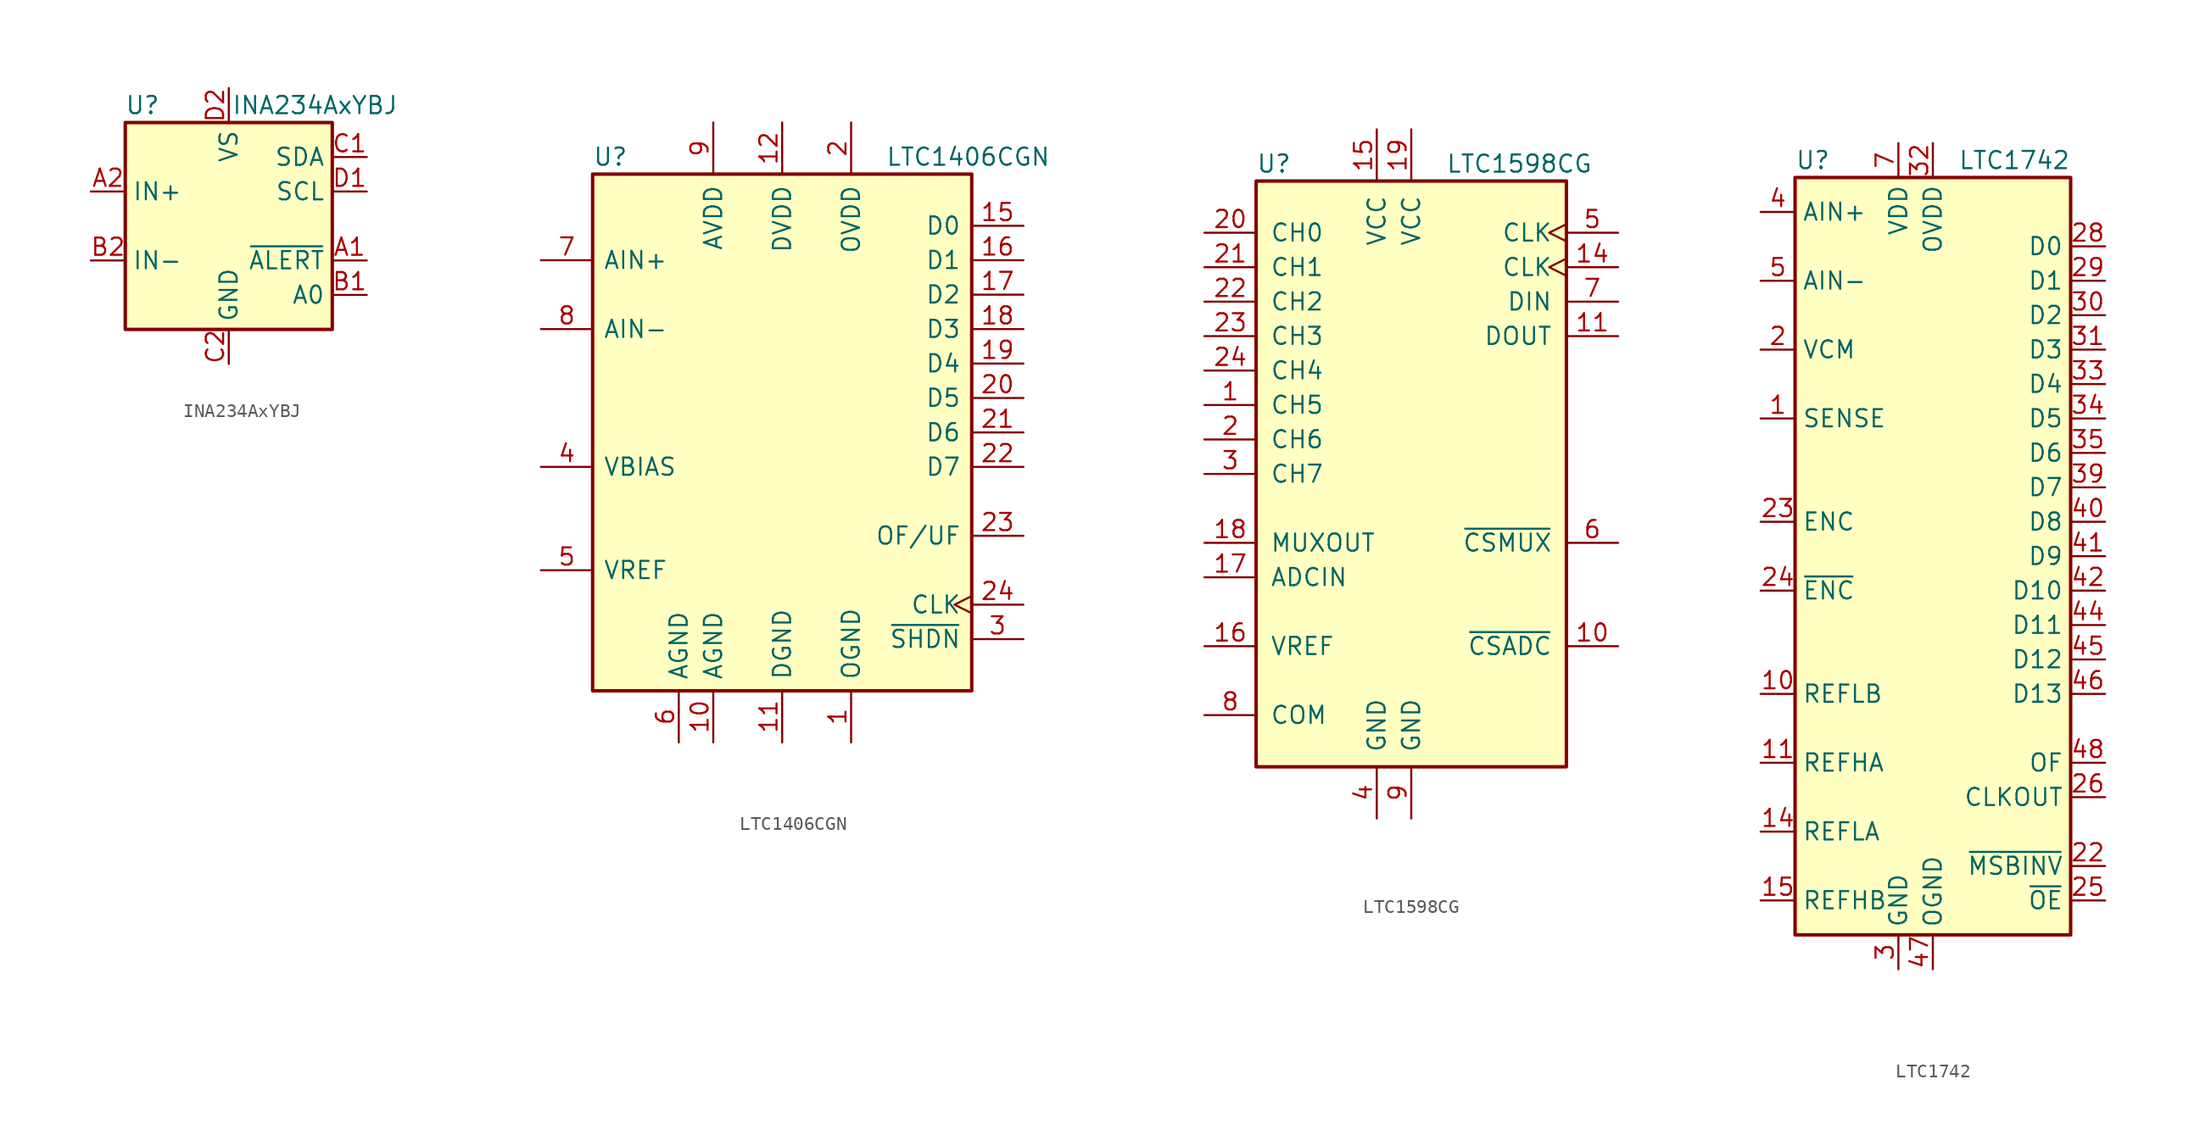
<source format=kicad_sym>
(kicad_symbol_lib
  (version 20241209)
  (generator "kicad_symbol_editor")
  (generator_version "9.0")
  (symbol "INA234AxYBJ"
    (property "Reference" "U"
      (at -6.35 8.89 0)
      (effects (font (size 1.27 1.27))))
    (property "Value" "INA234AxYBJ"
      (at 6.35 8.89 0)
      (effects (font (size 1.27 1.27))))
    (symbol "INA234AxYBJ_0_1"
      (rectangle (start -7.62 7.62) (end 7.62 -7.62) (stroke (width 0.254) (type default)) (fill (type background))))
    (symbol "INA234AxYBJ_1_1"
      (pin input line (at -10.16 2.54 0) (length 2.54) (name "IN+" (effects (font (size 1.27 1.27)))) (number "A2" (effects (font (size 1.27 1.27)))))
      (pin input line (at -10.16 -2.54 0) (length 2.54) (name "IN-" (effects (font (size 1.27 1.27)))) (number "B2" (effects (font (size 1.27 1.27)))))
      (pin power_in line (at 0 10.16 270) (length 2.54) (name "VS" (effects (font (size 1.27 1.27)))) (number "D2" (effects (font (size 1.27 1.27)))))
      (pin power_in line (at 0 -10.16 90) (length 2.54) (name "GND" (effects (font (size 1.27 1.27)))) (number "C2" (effects (font (size 1.27 1.27)))))
      (pin bidirectional line (at 10.16 5.08 180) (length 2.54) (name "SDA" (effects (font (size 1.27 1.27)))) (number "C1" (effects (font (size 1.27 1.27)))))
      (pin input line (at 10.16 2.54 180) (length 2.54) (name "SCL" (effects (font (size 1.27 1.27)))) (number "D1" (effects (font (size 1.27 1.27)))))
      (pin open_collector line (at 10.16 -2.54 180) (length 2.54) (name "~{ALERT}" (effects (font (size 1.27 1.27)))) (number "A1" (effects (font (size 1.27 1.27)))) (alternate "ALERT" open_collector line))
      (pin input line (at 10.16 -5.08 180) (length 2.54) (name "A0" (effects (font (size 1.27 1.27)))) (number "B1" (effects (font (size 1.27 1.27)))))))
  (symbol "LTC1406CGN"
    (pin_names
      (offset 0.762))
    (property "Reference" "U"
      (at -13.97 20.32 0)
      (effects (font (size 1.27 1.27)) (justify left)))
    (property "Value" "LTC1406CGN"
      (at 7.62 20.32 0)
      (effects (font (size 1.27 1.27)) (justify left)))
    (symbol "LTC1406CGN_0_1"
      (rectangle (start -13.97 -19.05) (end 13.97 19.05) (stroke (width 0.254) (type default)) (fill (type background))))
    (symbol "LTC1406CGN_1_1"
      (pin input line (at -17.78 12.7 0) (length 3.81) (name "AIN+" (effects (font (size 1.27 1.27)))) (number "7" (effects (font (size 1.27 1.27)))))
      (pin input line (at -17.78 7.62 0) (length 3.81) (name "AIN-" (effects (font (size 1.27 1.27)))) (number "8" (effects (font (size 1.27 1.27)))))
      (pin input line (at -17.78 -2.54 0) (length 3.81) (name "VBIAS" (effects (font (size 1.27 1.27)))) (number "4" (effects (font (size 1.27 1.27)))))
      (pin input line (at -17.78 -10.16 0) (length 3.81) (name "VREF" (effects (font (size 1.27 1.27)))) (number "5" (effects (font (size 1.27 1.27)))))
      (pin power_in line (at -7.62 -22.86 90) (length 3.81) (name "AGND" (effects (font (size 1.27 1.27)))) (number "6" (effects (font (size 1.27 1.27)))))
      (pin power_in line (at -5.08 22.86 270) (length 3.81) (name "AVDD" (effects (font (size 1.27 1.27)))) (number "9" (effects (font (size 1.27 1.27)))))
      (pin power_in line (at -5.08 -22.86 90) (length 3.81) (name "AGND" (effects (font (size 1.27 1.27)))) (number "10" (effects (font (size 1.27 1.27)))))
      (pin power_in line (at 0 22.86 270) (length 3.81) (name "DVDD" (effects (font (size 1.27 1.27)))) (number "12" (effects (font (size 1.27 1.27)))))
      (pin power_in line (at 0 -22.86 90) (length 3.81) (name "DGND" (effects (font (size 1.27 1.27)))) (number "11" (effects (font (size 1.27 1.27)))))
      (pin power_in line (at 5.08 22.86 270) (length 3.81) (name "OVDD" (effects (font (size 1.27 1.27)))) (number "2" (effects (font (size 1.27 1.27)))))
      (pin power_in line (at 5.08 -22.86 90) (length 3.81) (name "OGND" (effects (font (size 1.27 1.27)))) (number "1" (effects (font (size 1.27 1.27)))))
      (pin no_connect line (at 7.62 -19.05 90) (length 3.81) (hide yes) (name "NC" (effects (font (size 1.27 1.27)))) (number "13" (effects (font (size 1.27 1.27)))))
      (pin no_connect line (at 10.16 -19.05 90) (length 3.81) (hide yes) (name "NC" (effects (font (size 1.27 1.27)))) (number "14" (effects (font (size 1.27 1.27)))))
      (pin output line (at 17.78 15.24 180) (length 3.81) (name "D0" (effects (font (size 1.27 1.27)))) (number "15" (effects (font (size 1.27 1.27)))))
      (pin output line (at 17.78 12.7 180) (length 3.81) (name "D1" (effects (font (size 1.27 1.27)))) (number "16" (effects (font (size 1.27 1.27)))))
      (pin output line (at 17.78 10.16 180) (length 3.81) (name "D2" (effects (font (size 1.27 1.27)))) (number "17" (effects (font (size 1.27 1.27)))))
      (pin output line (at 17.78 7.62 180) (length 3.81) (name "D3" (effects (font (size 1.27 1.27)))) (number "18" (effects (font (size 1.27 1.27)))))
      (pin output line (at 17.78 5.08 180) (length 3.81) (name "D4" (effects (font (size 1.27 1.27)))) (number "19" (effects (font (size 1.27 1.27)))))
      (pin output line (at 17.78 2.54 180) (length 3.81) (name "D5" (effects (font (size 1.27 1.27)))) (number "20" (effects (font (size 1.27 1.27)))))
      (pin output line (at 17.78 0 180) (length 3.81) (name "D6" (effects (font (size 1.27 1.27)))) (number "21" (effects (font (size 1.27 1.27)))))
      (pin output line (at 17.78 -2.54 180) (length 3.81) (name "D7" (effects (font (size 1.27 1.27)))) (number "22" (effects (font (size 1.27 1.27)))))
      (pin output line (at 17.78 -7.62 180) (length 3.81) (name "OF/UF" (effects (font (size 1.27 1.27)))) (number "23" (effects (font (size 1.27 1.27)))))
      (pin input clock (at 17.78 -12.7 180) (length 3.81) (name "CLK" (effects (font (size 1.27 1.27)))) (number "24" (effects (font (size 1.27 1.27)))))
      (pin input line (at 17.78 -15.24 180) (length 3.81) (name "~{SHDN}" (effects (font (size 1.27 1.27)))) (number "3" (effects (font (size 1.27 1.27)))))))
  (symbol "LTC1598CG"
    (pin_names
      (offset 1.016))
    (property "Reference" "U"
      (at -11.43 22.86 0)
      (effects (font (size 1.27 1.27)) (justify left)))
    (property "Value" "LTC1598CG"
      (at 2.54 22.86 0)
      (effects (font (size 1.27 1.27)) (justify left)))
    (symbol "LTC1598CG_0_1"
      (rectangle (start -11.43 21.59) (end 11.43 -21.59) (stroke (width 0.254) (type default)) (fill (type background))))
    (symbol "LTC1598CG_1_1"
      (pin input line (at -15.24 17.78 0) (length 3.81) (name "CH0" (effects (font (size 1.27 1.27)))) (number "20" (effects (font (size 1.27 1.27)))))
      (pin input line (at -15.24 15.24 0) (length 3.81) (name "CH1" (effects (font (size 1.27 1.27)))) (number "21" (effects (font (size 1.27 1.27)))))
      (pin input line (at -15.24 12.7 0) (length 3.81) (name "CH2" (effects (font (size 1.27 1.27)))) (number "22" (effects (font (size 1.27 1.27)))))
      (pin input line (at -15.24 10.16 0) (length 3.81) (name "CH3" (effects (font (size 1.27 1.27)))) (number "23" (effects (font (size 1.27 1.27)))))
      (pin input line (at -15.24 7.62 0) (length 3.81) (name "CH4" (effects (font (size 1.27 1.27)))) (number "24" (effects (font (size 1.27 1.27)))))
      (pin input line (at -15.24 5.08 0) (length 3.81) (name "CH5" (effects (font (size 1.27 1.27)))) (number "1" (effects (font (size 1.27 1.27)))))
      (pin input line (at -15.24 2.54 0) (length 3.81) (name "CH6" (effects (font (size 1.27 1.27)))) (number "2" (effects (font (size 1.27 1.27)))))
      (pin input line (at -15.24 0 0) (length 3.81) (name "CH7" (effects (font (size 1.27 1.27)))) (number "3" (effects (font (size 1.27 1.27)))))
      (pin output line (at -15.24 -5.08 0) (length 3.81) (name "MUXOUT" (effects (font (size 1.27 1.27)))) (number "18" (effects (font (size 1.27 1.27)))))
      (pin input line (at -15.24 -7.62 0) (length 3.81) (name "ADCIN" (effects (font (size 1.27 1.27)))) (number "17" (effects (font (size 1.27 1.27)))))
      (pin input line (at -15.24 -12.7 0) (length 3.81) (name "VREF" (effects (font (size 1.27 1.27)))) (number "16" (effects (font (size 1.27 1.27)))))
      (pin input line (at -15.24 -17.78 0) (length 3.81) (name "COM" (effects (font (size 1.27 1.27)))) (number "8" (effects (font (size 1.27 1.27)))))
      (pin power_in line (at -2.54 25.4 270) (length 3.81) (name "VCC" (effects (font (size 1.27 1.27)))) (number "15" (effects (font (size 1.27 1.27)))))
      (pin power_in line (at -2.54 -25.4 90) (length 3.81) (name "GND" (effects (font (size 1.27 1.27)))) (number "4" (effects (font (size 1.27 1.27)))))
      (pin power_in line (at 0 25.4 270) (length 3.81) (name "VCC" (effects (font (size 1.27 1.27)))) (number "19" (effects (font (size 1.27 1.27)))))
      (pin power_in line (at 0 -25.4 90) (length 3.81) (name "GND" (effects (font (size 1.27 1.27)))) (number "9" (effects (font (size 1.27 1.27)))))
      (pin no_connect line (at 2.54 -21.59 90) (length 3.81) (hide yes) (name "NC" (effects (font (size 1.27 1.27)))) (number "12" (effects (font (size 1.27 1.27)))))
      (pin no_connect line (at 5.08 -21.59 90) (length 3.81) (hide yes) (name "NC" (effects (font (size 1.27 1.27)))) (number "13" (effects (font (size 1.27 1.27)))))
      (pin input clock (at 15.24 17.78 180) (length 3.81) (name "CLK" (effects (font (size 1.27 1.27)))) (number "5" (effects (font (size 1.27 1.27)))))
      (pin input clock (at 15.24 15.24 180) (length 3.81) (name "CLK" (effects (font (size 1.27 1.27)))) (number "14" (effects (font (size 1.27 1.27)))))
      (pin input line (at 15.24 12.7 180) (length 3.81) (name "DIN" (effects (font (size 1.27 1.27)))) (number "7" (effects (font (size 1.27 1.27)))))
      (pin output line (at 15.24 10.16 180) (length 3.81) (name "DOUT" (effects (font (size 1.27 1.27)))) (number "11" (effects (font (size 1.27 1.27)))))
      (pin input line (at 15.24 -5.08 180) (length 3.81) (name "~{CSMUX}" (effects (font (size 1.27 1.27)))) (number "6" (effects (font (size 1.27 1.27)))))
      (pin input line (at 15.24 -12.7 180) (length 3.81) (name "~{CSADC}" (effects (font (size 1.27 1.27)))) (number "10" (effects (font (size 1.27 1.27)))))))
  (symbol "LTC1742"
    (property "Reference" "U"
      (at -10.16 29.21 0)
      (effects (font (size 1.27 1.27)) (justify left)))
    (property "Value" "LTC1742"
      (at 10.16 29.21 0)
      (effects (font (size 1.27 1.27)) (justify right)))
    (symbol "LTC1742_0_1"
      (rectangle (start -10.16 27.94) (end 10.16 -27.94) (stroke (width 0.254) (type default)) (fill (type background))))
    (symbol "LTC1742_1_1"
      (pin input line (at -12.7 25.4 0) (length 2.54) (name "AIN+" (effects (font (size 1.27 1.27)))) (number "4" (effects (font (size 1.27 1.27)))))
      (pin input line (at -12.7 20.32 0) (length 2.54) (name "AIN-" (effects (font (size 1.27 1.27)))) (number "5" (effects (font (size 1.27 1.27)))))
      (pin output line (at -12.7 15.24 0) (length 2.54) (name "VCM" (effects (font (size 1.27 1.27)))) (number "2" (effects (font (size 1.27 1.27)))))
      (pin input line (at -12.7 10.16 0) (length 2.54) (name "SENSE" (effects (font (size 1.27 1.27)))) (number "1" (effects (font (size 1.27 1.27)))))
      (pin input line (at -12.7 2.54 0) (length 2.54) (name "ENC" (effects (font (size 1.27 1.27)))) (number "23" (effects (font (size 1.27 1.27)))))
      (pin input line (at -12.7 -2.54 0) (length 2.54) (name "~{ENC}" (effects (font (size 1.27 1.27)))) (number "24" (effects (font (size 1.27 1.27)))))
      (pin passive line (at -12.7 -10.16 0) (length 2.54) (name "REFLB" (effects (font (size 1.27 1.27)))) (number "10" (effects (font (size 1.27 1.27)))))
      (pin passive line (at -12.7 -15.24 0) (length 2.54) (name "REFHA" (effects (font (size 1.27 1.27)))) (number "11" (effects (font (size 1.27 1.27)))))
      (pin passive line (at -12.7 -20.32 0) (length 2.54) (name "REFLA" (effects (font (size 1.27 1.27)))) (number "14" (effects (font (size 1.27 1.27)))))
      (pin passive line (at -12.7 -25.4 0) (length 2.54) (name "REFHB" (effects (font (size 1.27 1.27)))) (number "15" (effects (font (size 1.27 1.27)))))
      (pin passive line (at -2.54 30.48 270) (length 2.54) (hide yes) (name "VDD" (effects (font (size 1.27 1.27)))) (number "17" (effects (font (size 1.27 1.27)))))
      (pin passive line (at -2.54 30.48 270) (length 2.54) (hide yes) (name "VDD" (effects (font (size 1.27 1.27)))) (number "18" (effects (font (size 1.27 1.27)))))
      (pin passive line (at -2.54 30.48 270) (length 2.54) (hide yes) (name "VDD" (effects (font (size 1.27 1.27)))) (number "20" (effects (font (size 1.27 1.27)))))
      (pin power_in line (at -2.54 30.48 270) (length 2.54) (name "VDD" (effects (font (size 1.27 1.27)))) (number "7" (effects (font (size 1.27 1.27)))))
      (pin passive line (at -2.54 30.48 270) (length 2.54) (hide yes) (name "VDD" (effects (font (size 1.27 1.27)))) (number "8" (effects (font (size 1.27 1.27)))))
      (pin passive line (at -2.54 -30.48 90) (length 2.54) (hide yes) (name "GND" (effects (font (size 1.27 1.27)))) (number "12" (effects (font (size 1.27 1.27)))))
      (pin passive line (at -2.54 -30.48 90) (length 2.54) (hide yes) (name "GND" (effects (font (size 1.27 1.27)))) (number "13" (effects (font (size 1.27 1.27)))))
      (pin passive line (at -2.54 -30.48 90) (length 2.54) (hide yes) (name "GND" (effects (font (size 1.27 1.27)))) (number "16" (effects (font (size 1.27 1.27)))))
      (pin passive line (at -2.54 -30.48 90) (length 2.54) (hide yes) (name "GND" (effects (font (size 1.27 1.27)))) (number "19" (effects (font (size 1.27 1.27)))))
      (pin passive line (at -2.54 -30.48 90) (length 2.54) (hide yes) (name "GND" (effects (font (size 1.27 1.27)))) (number "21" (effects (font (size 1.27 1.27)))))
      (pin power_in line (at -2.54 -30.48 90) (length 2.54) (name "GND" (effects (font (size 1.27 1.27)))) (number "3" (effects (font (size 1.27 1.27)))))
      (pin passive line (at -2.54 -30.48 90) (length 2.54) (hide yes) (name "GND" (effects (font (size 1.27 1.27)))) (number "36" (effects (font (size 1.27 1.27)))))
      (pin passive line (at -2.54 -30.48 90) (length 2.54) (hide yes) (name "GND" (effects (font (size 1.27 1.27)))) (number "37" (effects (font (size 1.27 1.27)))))
      (pin passive line (at -2.54 -30.48 90) (length 2.54) (hide yes) (name "GND" (effects (font (size 1.27 1.27)))) (number "6" (effects (font (size 1.27 1.27)))))
      (pin passive line (at -2.54 -30.48 90) (length 2.54) (hide yes) (name "GND" (effects (font (size 1.27 1.27)))) (number "9" (effects (font (size 1.27 1.27)))))
      (pin power_in line (at 0 30.48 270) (length 2.54) (name "OVDD" (effects (font (size 1.27 1.27)))) (number "32" (effects (font (size 1.27 1.27)))))
      (pin passive line (at 0 30.48 270) (length 2.54) (hide yes) (name "OVDD" (effects (font (size 1.27 1.27)))) (number "43" (effects (font (size 1.27 1.27)))))
      (pin passive line (at 0 -30.48 90) (length 2.54) (hide yes) (name "OGND" (effects (font (size 1.27 1.27)))) (number "27" (effects (font (size 1.27 1.27)))))
      (pin passive line (at 0 -30.48 90) (length 2.54) (hide yes) (name "OGND" (effects (font (size 1.27 1.27)))) (number "38" (effects (font (size 1.27 1.27)))))
      (pin power_in line (at 0 -30.48 90) (length 2.54) (name "OGND" (effects (font (size 1.27 1.27)))) (number "47" (effects (font (size 1.27 1.27)))))
      (pin output line (at 12.7 22.86 180) (length 2.54) (name "D0" (effects (font (size 1.27 1.27)))) (number "28" (effects (font (size 1.27 1.27)))))
      (pin output line (at 12.7 20.32 180) (length 2.54) (name "D1" (effects (font (size 1.27 1.27)))) (number "29" (effects (font (size 1.27 1.27)))))
      (pin output line (at 12.7 17.78 180) (length 2.54) (name "D2" (effects (font (size 1.27 1.27)))) (number "30" (effects (font (size 1.27 1.27)))))
      (pin output line (at 12.7 15.24 180) (length 2.54) (name "D3" (effects (font (size 1.27 1.27)))) (number "31" (effects (font (size 1.27 1.27)))))
      (pin output line (at 12.7 12.7 180) (length 2.54) (name "D4" (effects (font (size 1.27 1.27)))) (number "33" (effects (font (size 1.27 1.27)))))
      (pin output line (at 12.7 10.16 180) (length 2.54) (name "D5" (effects (font (size 1.27 1.27)))) (number "34" (effects (font (size 1.27 1.27)))))
      (pin output line (at 12.7 7.62 180) (length 2.54) (name "D6" (effects (font (size 1.27 1.27)))) (number "35" (effects (font (size 1.27 1.27)))))
      (pin output line (at 12.7 5.08 180) (length 2.54) (name "D7" (effects (font (size 1.27 1.27)))) (number "39" (effects (font (size 1.27 1.27)))))
      (pin output line (at 12.7 2.54 180) (length 2.54) (name "D8" (effects (font (size 1.27 1.27)))) (number "40" (effects (font (size 1.27 1.27)))))
      (pin output line (at 12.7 0 180) (length 2.54) (name "D9" (effects (font (size 1.27 1.27)))) (number "41" (effects (font (size 1.27 1.27)))))
      (pin output line (at 12.7 -2.54 180) (length 2.54) (name "D10" (effects (font (size 1.27 1.27)))) (number "42" (effects (font (size 1.27 1.27)))))
      (pin output line (at 12.7 -5.08 180) (length 2.54) (name "D11" (effects (font (size 1.27 1.27)))) (number "44" (effects (font (size 1.27 1.27)))))
      (pin output line (at 12.7 -7.62 180) (length 2.54) (name "D12" (effects (font (size 1.27 1.27)))) (number "45" (effects (font (size 1.27 1.27)))))
      (pin output line (at 12.7 -10.16 180) (length 2.54) (name "D13" (effects (font (size 1.27 1.27)))) (number "46" (effects (font (size 1.27 1.27)))))
      (pin output line (at 12.7 -15.24 180) (length 2.54) (name "OF" (effects (font (size 1.27 1.27)))) (number "48" (effects (font (size 1.27 1.27)))))
      (pin output line (at 12.7 -17.78 180) (length 2.54) (name "CLKOUT" (effects (font (size 1.27 1.27)))) (number "26" (effects (font (size 1.27 1.27)))))
      (pin input line (at 12.7 -22.86 180) (length 2.54) (name "~{MSBINV}" (effects (font (size 1.27 1.27)))) (number "22" (effects (font (size 1.27 1.27)))))
      (pin input line (at 12.7 -25.4 180) (length 2.54) (name "~{OE}" (effects (font (size 1.27 1.27)))) (number "25" (effects (font (size 1.27 1.27))))))))
</source>
